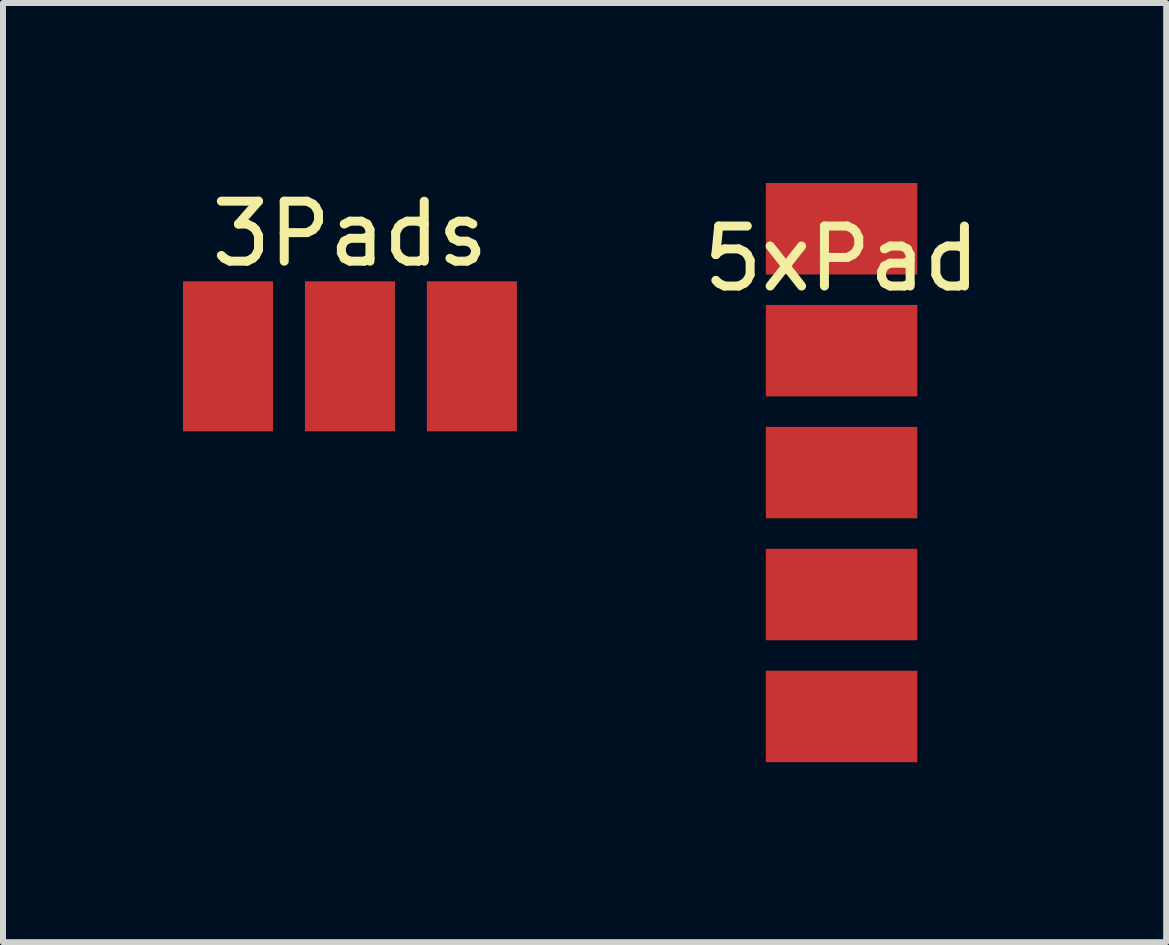
<source format=kicad_pcb>
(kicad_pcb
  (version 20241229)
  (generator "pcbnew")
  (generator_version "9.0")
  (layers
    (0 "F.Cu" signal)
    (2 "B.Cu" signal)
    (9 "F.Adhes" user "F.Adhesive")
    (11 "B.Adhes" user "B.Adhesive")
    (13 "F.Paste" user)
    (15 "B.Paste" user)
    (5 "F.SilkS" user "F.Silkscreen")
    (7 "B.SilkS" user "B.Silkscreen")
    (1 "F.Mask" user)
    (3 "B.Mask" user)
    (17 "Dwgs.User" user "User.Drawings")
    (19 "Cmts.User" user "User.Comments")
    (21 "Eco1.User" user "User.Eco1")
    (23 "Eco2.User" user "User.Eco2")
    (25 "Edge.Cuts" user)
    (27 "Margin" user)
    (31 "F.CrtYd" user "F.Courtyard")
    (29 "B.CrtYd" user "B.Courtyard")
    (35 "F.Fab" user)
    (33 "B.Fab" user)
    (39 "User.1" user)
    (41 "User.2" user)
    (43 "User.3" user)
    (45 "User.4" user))
  (footprint "5xPad"
    (layer "F.Cu")
    (at 10.975 0.762)
    (property "Reference" "5xPad" (at 0 0.5 0) (layer "F.SilkS") (effects (font (size 1 1) (thickness 0.15))))
    (attr through_hole)
    (pad "1" smd rect (at 0 0) (size 2.524 1.524) (layers "F.Cu" "F.Mask" "F.Paste"))
    (pad "2" smd rect (at 0 2.032) (size 2.524 1.524) (layers "F.Cu" "F.Mask" "F.Paste"))
    (pad "3" smd rect (at 0 4.064) (size 2.524 1.524) (layers "F.Cu" "F.Mask" "F.Paste"))
    (pad "4" smd rect (at 0 6.096) (size 2.524 1.524) (layers "F.Cu" "F.Mask" "F.Paste"))
    (pad "5" smd rect (at 0 8.128) (size 2.524 1.524) (layers "F.Cu" "F.Mask" "F.Paste")))
  (footprint "3Pads"
    (layer "F.Cu")
    (at 2.782 0.348)
    (property "Reference" "3Pads" (at 0 0.5 0) (layer "F.SilkS") (effects (font (size 1 1) (thickness 0.15))))
    (attr through_hole)
    (pad "1" smd rect (at -2.032 2.54) (size 1.5 2.5) (layers "F.Cu" "F.Mask" "F.Paste"))
    (pad "2" smd rect (at 0 2.54) (size 1.5 2.5) (layers "F.Cu" "F.Mask" "F.Paste"))
    (pad "3" smd rect (at 2.032 2.54) (size 1.5 2.5) (layers "F.Cu" "F.Mask" "F.Paste")))
  (gr_rect
    (start -3 -3)
    (end 16.385 12.652)
    (stroke (width 0.1) (type default))
    (fill no)
    (layer "Edge.Cuts")))
</source>
